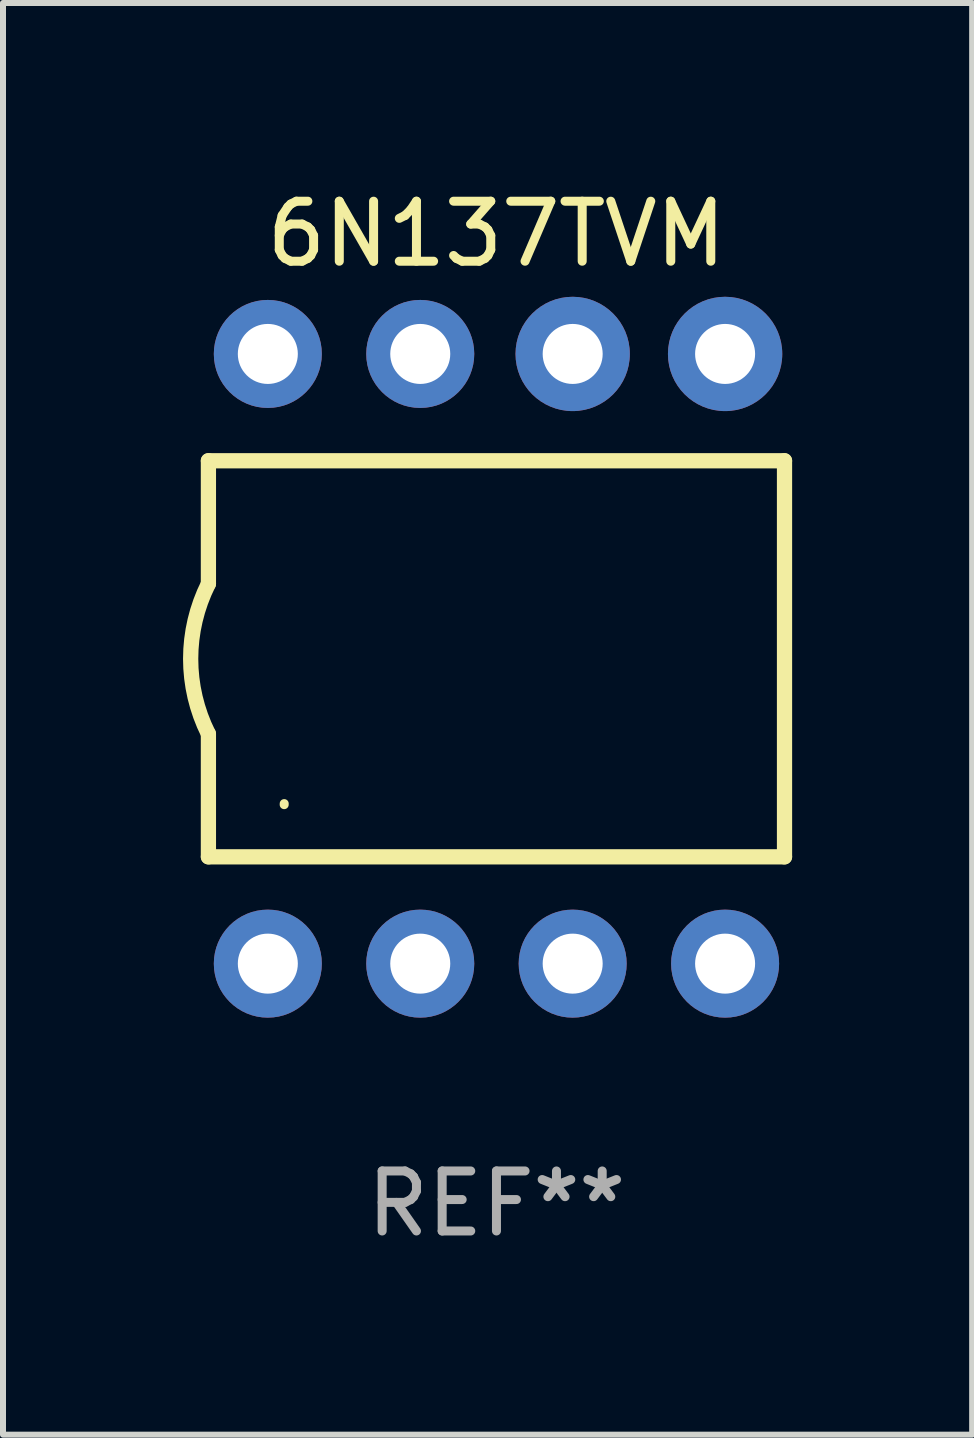
<source format=kicad_pcb>
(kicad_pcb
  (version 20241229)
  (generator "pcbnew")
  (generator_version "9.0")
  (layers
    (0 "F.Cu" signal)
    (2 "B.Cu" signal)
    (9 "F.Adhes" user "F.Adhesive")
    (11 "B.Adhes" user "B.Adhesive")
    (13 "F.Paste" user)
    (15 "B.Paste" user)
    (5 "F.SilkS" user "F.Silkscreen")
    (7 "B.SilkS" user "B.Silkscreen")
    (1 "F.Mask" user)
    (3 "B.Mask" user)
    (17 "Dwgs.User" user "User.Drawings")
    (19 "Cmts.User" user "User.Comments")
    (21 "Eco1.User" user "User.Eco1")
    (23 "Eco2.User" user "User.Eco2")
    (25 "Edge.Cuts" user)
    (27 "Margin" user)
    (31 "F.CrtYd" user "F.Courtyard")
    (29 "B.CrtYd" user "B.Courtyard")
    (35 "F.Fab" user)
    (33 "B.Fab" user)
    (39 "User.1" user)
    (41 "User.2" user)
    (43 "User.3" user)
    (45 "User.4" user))
  (footprint "6N137TVM"
    (layer "F.Cu")
    (at 5.223 7.928)
    (property "Reference" "6N137TVM" (at 0 -7.08 0) (layer "F.SilkS") (effects (font (size 1 1) (thickness 0.15))))
    (attr through_hole)
    (fp_line (start -4.8 -3.3) (end -4.8 -1.25) (stroke (width 0.254) (type solid)) (layer "F.SilkS"))
    (fp_line (start -4.8 3.3) (end -4.8 1.25) (stroke (width 0.254) (type solid)) (layer "F.SilkS"))
    (fp_line (start 4.8 3.3) (end -4.8 3.3) (stroke (width 0.254) (type solid)) (layer "F.SilkS"))
    (fp_line (start 4.8 -3.3) (end -4.8 -3.3) (stroke (width 0.254) (type solid)) (layer "F.SilkS"))
    (fp_line (start 4.8 -3.3) (end 4.8 3.3) (stroke (width 0.254) (type solid)) (layer "F.SilkS"))
    (fp_arc (start -4.801245 1.249683) (mid -5.095867 -0.000312) (end -4.8 -1.250013) (stroke (width 0.254001) (type solid)) (layer "F.SilkS"))
    (fp_arc (start -3.537414 2.430785) (mid -3.537309 2.421918) (end -3.537008 2.413056) (stroke (width 0.149987) (type solid)) (layer "F.SilkS"))
    (fp_text user "REF**" (at 0 9.08 0) (layer "F.Fab") (effects (font (size 1 1) (thickness 0.15))))
    (pad "1" thru_hole circle (at -3.81 5.08) (size 1.8 1.8) (drill 1) (layers "*.Cu" "*.Mask"))
    (pad "2" thru_hole circle (at -1.27 5.08) (size 1.8 1.8) (drill 1) (layers "*.Cu" "*.Mask"))
    (pad "3" thru_hole circle (at 1.27 5.08) (size 1.8 1.8) (drill 1) (layers "*.Cu" "*.Mask"))
    (pad "4" thru_hole circle (at 3.81 5.08) (size 1.8 1.8) (drill 1) (layers "*.Cu" "*.Mask"))
    (pad "5" thru_hole circle (at 3.81 -5.08) (size 1.905 1.905) (drill 1) (layers "*.Cu" "*.Mask"))
    (pad "6" thru_hole circle (at 1.27 -5.08) (size 1.905 1.905) (drill 1) (layers "*.Cu" "*.Mask"))
    (pad "7" thru_hole circle (at -1.27 -5.08) (size 1.8 1.8) (drill 1) (layers "*.Cu" "*.Mask"))
    (pad "8" thru_hole circle (at -3.81 -5.08) (size 1.8 1.8) (drill 1) (layers "*.Cu" "*.Mask")))
  (gr_rect
    (start -3 -3)
    (end 13.15 20.857)
    (stroke (width 0.1) (type default))
    (fill no)
    (layer "Edge.Cuts")))
</source>
